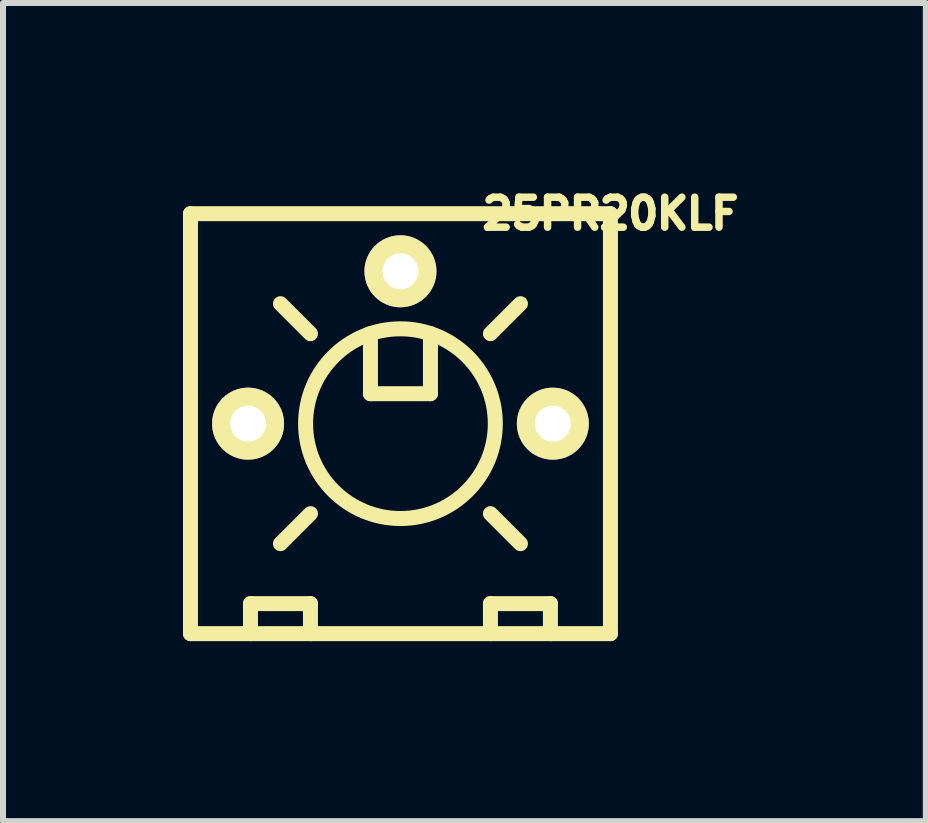
<source format=kicad_pcb>
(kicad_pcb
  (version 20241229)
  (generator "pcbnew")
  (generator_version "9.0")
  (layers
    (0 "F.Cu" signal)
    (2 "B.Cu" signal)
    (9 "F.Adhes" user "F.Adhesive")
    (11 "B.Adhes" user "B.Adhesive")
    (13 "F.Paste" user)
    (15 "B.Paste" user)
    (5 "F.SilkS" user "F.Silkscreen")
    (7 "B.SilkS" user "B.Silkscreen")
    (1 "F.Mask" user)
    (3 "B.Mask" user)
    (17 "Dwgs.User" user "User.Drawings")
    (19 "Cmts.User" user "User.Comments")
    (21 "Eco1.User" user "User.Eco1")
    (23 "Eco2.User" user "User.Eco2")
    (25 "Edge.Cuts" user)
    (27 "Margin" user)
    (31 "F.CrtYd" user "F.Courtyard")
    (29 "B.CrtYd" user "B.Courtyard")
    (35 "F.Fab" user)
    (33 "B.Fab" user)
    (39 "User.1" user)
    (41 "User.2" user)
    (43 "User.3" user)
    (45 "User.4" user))
  (footprint "25PR20KLF"
    (layer "F.Cu")
    (at 3.625 4.012)
    (property "Reference" "25PR20KLF" (at 3.5 -3.5 0) (layer "F.SilkS") (effects (font (size 0.5 0.5) (thickness 0.125))))
    (attr through_hole)
    (fp_line (start -3.5 -3.5) (end 3.5 -3.5) (stroke (width 0.25) (type solid)) (layer "F.SilkS"))
    (fp_line (start -3.5 3.5) (end -3.5 -3.5) (stroke (width 0.25) (type solid)) (layer "F.SilkS"))
    (fp_line (start -2.5 3) (end -1.5 3) (stroke (width 0.25) (type solid)) (layer "F.SilkS"))
    (fp_line (start -2.5 3.5) (end -2.5 3) (stroke (width 0.25) (type solid)) (layer "F.SilkS"))
    (fp_line (start -1.5 -1.5) (end -2 -2) (stroke (width 0.25) (type solid)) (layer "F.SilkS"))
    (fp_line (start -1.5 1.5) (end -2 2) (stroke (width 0.25) (type solid)) (layer "F.SilkS"))
    (fp_line (start -1.5 3) (end -1.5 3.5) (stroke (width 0.25) (type solid)) (layer "F.SilkS"))
    (fp_line (start -0.5 -1.5) (end -0.5 -0.5) (stroke (width 0.25) (type solid)) (layer "F.SilkS"))
    (fp_line (start -0.5 -0.5) (end 0.5 -0.5) (stroke (width 0.25) (type solid)) (layer "F.SilkS"))
    (fp_line (start 0.5 -0.5) (end 0.5 -1.5) (stroke (width 0.25) (type solid)) (layer "F.SilkS"))
    (fp_line (start 1.5 -1.5) (end 2 -2) (stroke (width 0.25) (type solid)) (layer "F.SilkS"))
    (fp_line (start 1.5 1.5) (end 2 2) (stroke (width 0.25) (type solid)) (layer "F.SilkS"))
    (fp_line (start 1.5 3) (end 1.5 3.5) (stroke (width 0.25) (type solid)) (layer "F.SilkS"))
    (fp_line (start 2.5 3) (end 1.5 3) (stroke (width 0.25) (type solid)) (layer "F.SilkS"))
    (fp_line (start 2.5 3.5) (end 2.5 3) (stroke (width 0.25) (type solid)) (layer "F.SilkS"))
    (fp_line (start 3.5 -3.5) (end 3.5 3.5) (stroke (width 0.25) (type solid)) (layer "F.SilkS"))
    (fp_line (start 3.5 3.5) (end -3.5 3.5) (stroke (width 0.25) (type solid)) (layer "F.SilkS"))
    (fp_circle (center 0 0) (end 0.5 1.5) (stroke (width 0.25) (type solid)) (fill no) (layer "F.SilkS"))
    (pad "1" thru_hole circle (at 2.54 0) (size 1.2 1.2) (drill 0.6) (layers "*.Cu" "*.Mask" "F.SilkS"))
    (pad "2" thru_hole circle (at 0 -2.54) (size 1.2 1.2) (drill 0.6) (layers "*.Cu" "*.Mask" "F.SilkS"))
    (pad "3" thru_hole circle (at -2.54 0) (size 1.2 1.2) (drill 0.6) (layers "*.Cu" "*.Mask" "F.SilkS")))
  (gr_rect
    (start -3 -3)
    (end 12.382 10.637)
    (stroke (width 0.1) (type default))
    (fill no)
    (layer "Edge.Cuts")))
</source>
